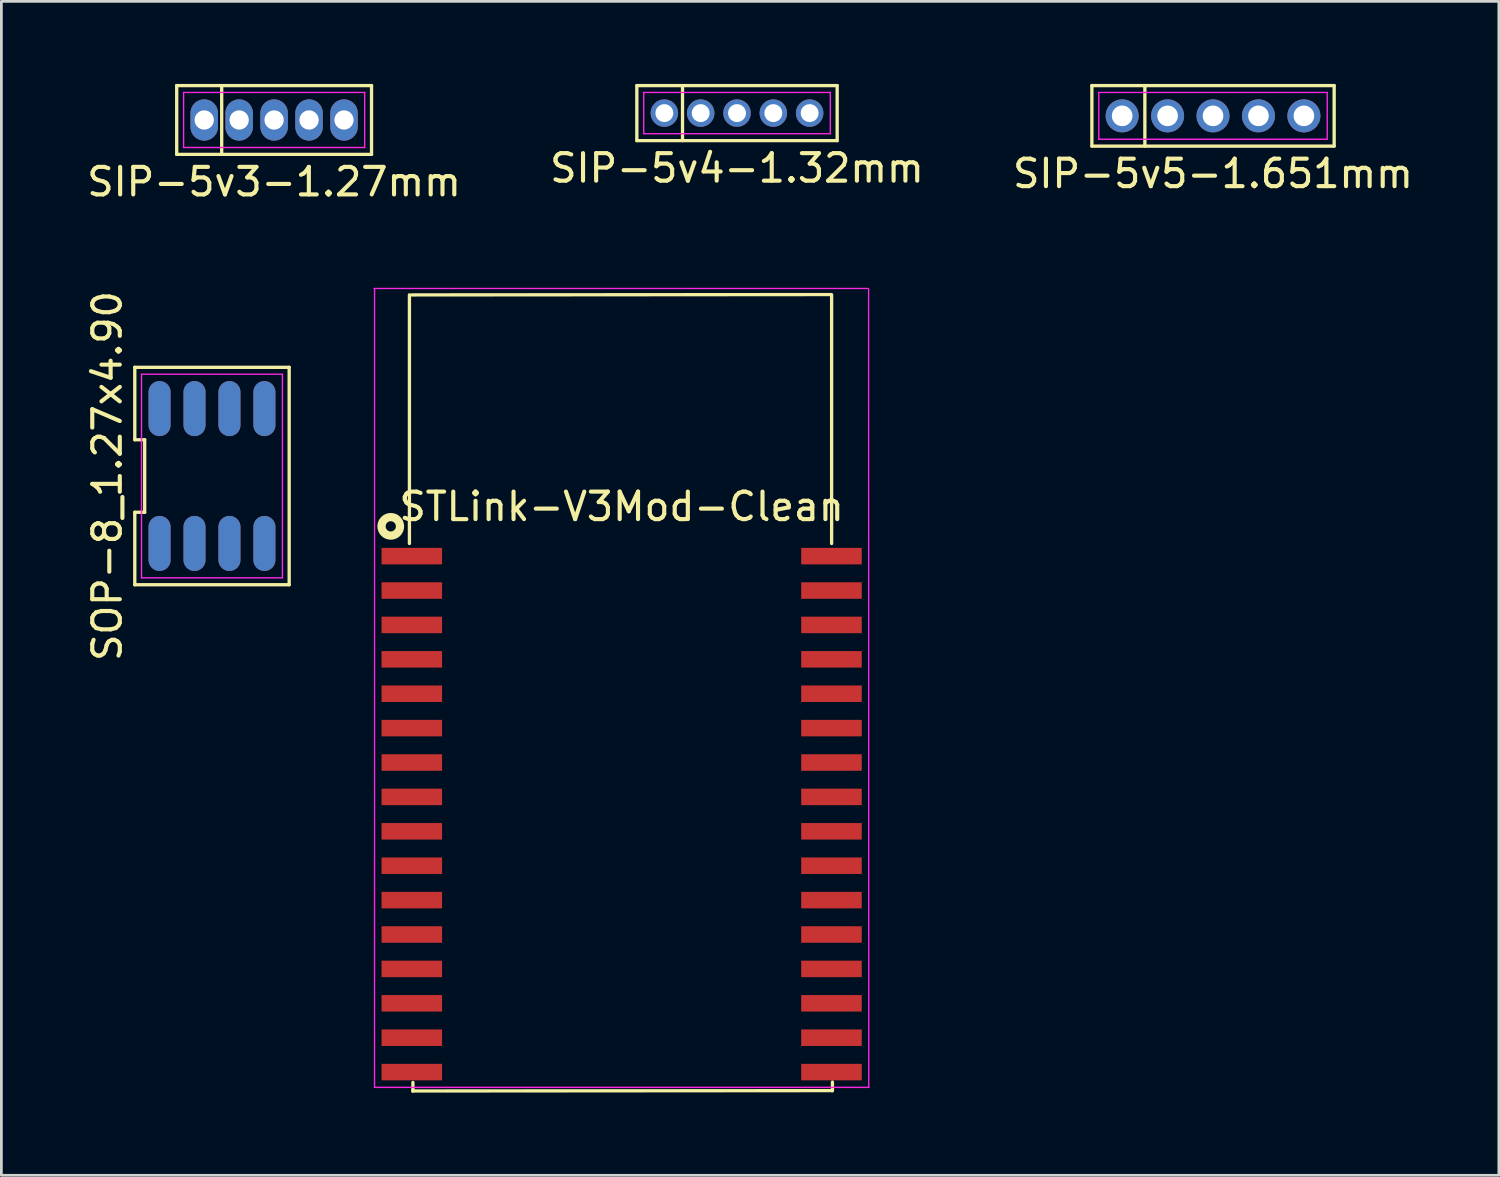
<source format=kicad_pcb>
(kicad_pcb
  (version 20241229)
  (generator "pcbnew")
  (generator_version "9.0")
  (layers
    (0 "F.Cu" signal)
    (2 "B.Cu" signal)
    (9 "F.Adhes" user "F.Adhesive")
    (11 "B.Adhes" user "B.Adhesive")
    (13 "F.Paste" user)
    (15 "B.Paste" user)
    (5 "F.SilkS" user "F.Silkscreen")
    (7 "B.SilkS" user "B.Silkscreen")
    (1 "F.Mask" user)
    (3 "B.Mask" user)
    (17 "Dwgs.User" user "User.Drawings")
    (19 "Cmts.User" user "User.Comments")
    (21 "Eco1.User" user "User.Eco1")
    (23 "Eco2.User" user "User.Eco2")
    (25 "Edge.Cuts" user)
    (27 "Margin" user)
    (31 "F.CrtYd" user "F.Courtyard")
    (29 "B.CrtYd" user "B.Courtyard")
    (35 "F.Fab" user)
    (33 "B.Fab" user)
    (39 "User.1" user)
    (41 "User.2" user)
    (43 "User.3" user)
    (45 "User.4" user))
  (footprint "STLink-V3Mod-Clean"
    (layer "F.Cu")
    (at 11.813 17.184)
    (property "Reference" "STLink-V3Mod-Clean" (at 7.727 -1.825 0) (layer "F.SilkS") (effects (font (size 1 1) (thickness 0.15))))
    (attr smd)
    (fp_line (start 0.015 -9.52) (end 0.015 -0.483) (stroke (width 0.12) (type solid)) (layer "F.SilkS"))
    (fp_line (start 0.104 -9.517) (end 15.339 -9.53) (stroke (width 0.12) (type solid)) (layer "F.SilkS"))
    (fp_line (start 0.135 19.411) (end 15.37 19.398) (stroke (width 0.12) (type solid)) (layer "F.SilkS"))
    (fp_line (start 0.142 19.101) (end 0.142 19.416) (stroke (width 0.12) (type solid)) (layer "F.SilkS"))
    (fp_line (start 15.357 -9.52) (end 15.357 -0.483) (stroke (width 0.12) (type solid)) (layer "F.SilkS"))
    (fp_line (start 15.387 19.088) (end 15.387 19.403) (stroke (width 0.12) (type solid)) (layer "F.SilkS"))
    (fp_circle (center -0.663 -1.107) (end -0.663 -0.771) (stroke (width 0.3) (type solid)) (fill no) (layer "F.SilkS"))
    (fp_line (start -1.27 -9.751) (end 16.69 -9.751) (stroke (width 0.05) (type solid)) (layer "F.CrtYd"))
    (fp_line (start -1.253 19.28) (end -1.252 -9.743) (stroke (width 0.05) (type solid)) (layer "F.CrtYd"))
    (fp_line (start 16.701 -9.716) (end 16.707 19.28) (stroke (width 0.05) (type solid)) (layer "F.CrtYd"))
    (fp_line (start 16.707 19.28) (end -1.253 19.28) (stroke (width 0.05) (type solid)) (layer "F.CrtYd"))
    (pad "1" smd rect (at 0.102 -0.025 270) (size 0.6 2.2) (layers "F.Cu" "F.Mask" "F.Paste"))
    (pad "2" smd rect (at 0.102 1.225 270) (size 0.6 2.2) (layers "F.Cu" "F.Mask" "F.Paste"))
    (pad "3" smd rect (at 0.102 2.475 270) (size 0.6 2.2) (layers "F.Cu" "F.Mask" "F.Paste"))
    (pad "4" smd rect (at 0.102 3.725 270) (size 0.6 2.2) (layers "F.Cu" "F.Mask" "F.Paste"))
    (pad "5" smd rect (at 0.102 4.975 270) (size 0.6 2.2) (layers "F.Cu" "F.Mask" "F.Paste"))
    (pad "6" smd rect (at 0.102 6.225 270) (size 0.6 2.2) (layers "F.Cu" "F.Mask" "F.Paste"))
    (pad "7" smd rect (at 0.102 7.475 270) (size 0.6 2.2) (layers "F.Cu" "F.Mask" "F.Paste"))
    (pad "8" smd rect (at 0.102 8.725 270) (size 0.6 2.2) (layers "F.Cu" "F.Mask" "F.Paste"))
    (pad "9" smd rect (at 0.102 9.975 270) (size 0.6 2.2) (layers "F.Cu" "F.Mask" "F.Paste"))
    (pad "10" smd rect (at 0.102 11.225 270) (size 0.6 2.2) (layers "F.Cu" "F.Mask" "F.Paste"))
    (pad "11" smd rect (at 0.102 12.475 270) (size 0.6 2.2) (layers "F.Cu" "F.Mask" "F.Paste"))
    (pad "12" smd rect (at 0.102 13.725 270) (size 0.6 2.2) (layers "F.Cu" "F.Mask" "F.Paste"))
    (pad "13" smd rect (at 0.102 14.975 270) (size 0.6 2.2) (layers "F.Cu" "F.Mask" "F.Paste"))
    (pad "14" smd rect (at 0.102 16.225 270) (size 0.6 2.2) (layers "F.Cu" "F.Mask" "F.Paste"))
    (pad "15" smd rect (at 0.102 17.475 270) (size 0.6 2.2) (layers "F.Cu" "F.Mask" "F.Paste"))
    (pad "16" smd rect (at 0.102 18.725 270) (size 0.6 2.2) (layers "F.Cu" "F.Mask" "F.Paste"))
    (pad "17" smd rect (at 15.352 18.725 270) (size 0.6 2.2) (layers "F.Cu" "F.Mask" "F.Paste"))
    (pad "18" smd rect (at 15.352 17.475 270) (size 0.6 2.2) (layers "F.Cu" "F.Mask" "F.Paste"))
    (pad "19" smd rect (at 15.352 16.225 270) (size 0.6 2.2) (layers "F.Cu" "F.Mask" "F.Paste"))
    (pad "20" smd rect (at 15.352 14.975 270) (size 0.6 2.2) (layers "F.Cu" "F.Mask" "F.Paste"))
    (pad "21" smd rect (at 15.352 13.725 270) (size 0.6 2.2) (layers "F.Cu" "F.Mask" "F.Paste"))
    (pad "22" smd rect (at 15.352 12.475 270) (size 0.6 2.2) (layers "F.Cu" "F.Mask" "F.Paste"))
    (pad "23" smd rect (at 15.352 11.225 270) (size 0.6 2.2) (layers "F.Cu" "F.Mask" "F.Paste"))
    (pad "24" smd rect (at 15.352 9.975 270) (size 0.6 2.2) (layers "F.Cu" "F.Mask" "F.Paste"))
    (pad "25" smd rect (at 15.352 8.725 270) (size 0.6 2.2) (layers "F.Cu" "F.Mask" "F.Paste"))
    (pad "26" smd rect (at 15.352 7.475 270) (size 0.6 2.2) (layers "F.Cu" "F.Mask" "F.Paste"))
    (pad "27" smd rect (at 15.352 6.225 270) (size 0.6 2.2) (layers "F.Cu" "F.Mask" "F.Paste"))
    (pad "28" smd rect (at 15.352 4.975 270) (size 0.6 2.2) (layers "F.Cu" "F.Mask" "F.Paste"))
    (pad "29" smd rect (at 15.352 3.725 270) (size 0.6 2.2) (layers "F.Cu" "F.Mask" "F.Paste"))
    (pad "30" smd rect (at 15.352 2.475 270) (size 0.6 2.2) (layers "F.Cu" "F.Mask" "F.Paste"))
    (pad "31" smd rect (at 15.352 1.225 270) (size 0.6 2.2) (layers "F.Cu" "F.Mask" "F.Paste"))
    (pad "32" smd rect (at 15.352 -0.025 270) (size 0.6 2.2) (layers "F.Cu" "F.Mask" "F.Paste")))
  (footprint "SOP-8_1.27x4.90"
    (layer "F.Cu")
    (at 4.653 14.248)
    (property "Reference" "SOP-8_1.27x4.90" (at -3.805 0 90) (layer "F.SilkS") (effects (font (size 1 1) (thickness 0.15))))
    (attr through_hole)
    (fp_line (start -2.805 -1.317) (end -2.445 -1.317) (stroke (width 0.12) (type solid)) (layer "F.SilkS"))
    (fp_line (start -2.805 1.317) (end -2.805 3.95) (stroke (width 0.12) (type solid)) (layer "F.SilkS"))
    (fp_line (start -2.805 3.95) (end 2.805 3.95) (stroke (width 0.12) (type solid)) (layer "F.SilkS"))
    (fp_line (start -2.805 -3.95) (end -2.805 -1.317) (stroke (width 0.12) (type solid)) (layer "F.SilkS"))
    (fp_line (start -2.445 -1.317) (end -2.445 1.317) (stroke (width 0.12) (type solid)) (layer "F.SilkS"))
    (fp_line (start -2.445 1.317) (end -2.805 1.317) (stroke (width 0.12) (type solid)) (layer "F.SilkS"))
    (fp_line (start 2.805 3.95) (end 2.805 -3.95) (stroke (width 0.12) (type solid)) (layer "F.SilkS"))
    (fp_line (start 2.805 -3.95) (end -2.805 -3.95) (stroke (width 0.12) (type solid)) (layer "F.SilkS"))
    (fp_line (start -2.56 -3.7) (end 2.56 -3.7) (stroke (width 0.05) (type solid)) (layer "F.CrtYd"))
    (fp_line (start -2.56 3.7) (end -2.56 -3.7) (stroke (width 0.05) (type solid)) (layer "F.CrtYd"))
    (fp_line (start 2.56 -3.7) (end 2.56 3.7) (stroke (width 0.05) (type solid)) (layer "F.CrtYd"))
    (fp_line (start 2.56 3.7) (end -2.56 3.7) (stroke (width 0.05) (type solid)) (layer "F.CrtYd"))
    (pad "1" thru_hole oval (at -1.905 2.45) (size 0.8 2) (drill 0.000001) (layers "*.Cu" "*.Mask"))
    (pad "2" thru_hole oval (at -0.635 2.45) (size 0.8 2) (drill 0.000001) (layers "*.Cu" "*.Mask"))
    (pad "3" thru_hole oval (at 0.635 2.45) (size 0.8 2) (drill 0.000001) (layers "*.Cu" "*.Mask"))
    (pad "4" thru_hole oval (at 1.905 2.45) (size 0.8 2) (drill 0.000001) (layers "*.Cu" "*.Mask"))
    (pad "5" thru_hole oval (at 1.905 -2.45) (size 0.8 2) (drill 0.000001) (layers "*.Cu" "*.Mask"))
    (pad "6" thru_hole oval (at 0.635 -2.45) (size 0.8 2) (drill 0.000001) (layers "*.Cu" "*.Mask"))
    (pad "7" thru_hole oval (at -0.635 -2.45) (size 0.8 2) (drill 0.000001) (layers "*.Cu" "*.Mask"))
    (pad "8" thru_hole oval (at -1.905 -2.45) (size 0.8 2) (drill 0.000001) (layers "*.Cu" "*.Mask")))
  (footprint "SIP-5v3-1.27mm"
    (layer "F.Cu")
    (at 6.911 1.31)
    (property "Reference" "SIP-5v3-1.27mm" (at 0 2.25 0) (layer "F.SilkS") (effects (font (size 1 1) (thickness 0.15))))
    (attr through_hole)
    (fp_line (start -3.54 -1.25) (end 3.54 -1.25) (stroke (width 0.12) (type solid)) (layer "F.SilkS"))
    (fp_line (start -3.54 1.25) (end -3.54 -1.25) (stroke (width 0.12) (type solid)) (layer "F.SilkS"))
    (fp_line (start -1.905 -1.25) (end -1.905 1.25) (stroke (width 0.12) (type solid)) (layer "F.SilkS"))
    (fp_line (start 3.54 -1.25) (end 3.54 1.25) (stroke (width 0.12) (type solid)) (layer "F.SilkS"))
    (fp_line (start 3.54 1.25) (end -3.54 1.25) (stroke (width 0.12) (type solid)) (layer "F.SilkS"))
    (fp_line (start -3.29 -1) (end 3.29 -1) (stroke (width 0.05) (type solid)) (layer "F.CrtYd"))
    (fp_line (start -3.29 1) (end -3.29 -1) (stroke (width 0.05) (type solid)) (layer "F.CrtYd"))
    (fp_line (start 3.29 -1) (end 3.29 1) (stroke (width 0.05) (type solid)) (layer "F.CrtYd"))
    (fp_line (start 3.29 1) (end -3.29 1) (stroke (width 0.05) (type solid)) (layer "F.CrtYd"))
    (pad "1" thru_hole oval (at -2.54 0) (size 1 1.5) (drill 0.7) (layers "*.Cu" "*.Mask"))
    (pad "2" thru_hole oval (at -1.27 0) (size 1 1.5) (drill 0.7) (layers "*.Cu" "*.Mask"))
    (pad "3" thru_hole oval (at 0 0) (size 1 1.5) (drill 0.7) (layers "*.Cu" "*.Mask"))
    (pad "4" thru_hole oval (at 1.27 0) (size 1 1.5) (drill 0.7) (layers "*.Cu" "*.Mask"))
    (pad "5" thru_hole oval (at 2.54 0) (size 1 1.5) (drill 0.7) (layers "*.Cu" "*.Mask")))
  (footprint "SIP-5v5-1.651mm"
    (layer "F.Cu")
    (at 41.03 1.16)
    (property "Reference" "SIP-5v5-1.651mm" (at 0 2.1 0) (layer "F.SilkS") (effects (font (size 1 1) (thickness 0.15))))
    (attr through_hole)
    (fp_line (start -4.402 -1.1) (end 4.402 -1.1) (stroke (width 0.12) (type solid)) (layer "F.SilkS"))
    (fp_line (start -4.402 1.1) (end -4.402 -1.1) (stroke (width 0.12) (type solid)) (layer "F.SilkS"))
    (fp_line (start -2.477 -1.1) (end -2.477 1.1) (stroke (width 0.12) (type solid)) (layer "F.SilkS"))
    (fp_line (start 4.402 -1.1) (end 4.402 1.1) (stroke (width 0.12) (type solid)) (layer "F.SilkS"))
    (fp_line (start 4.402 1.1) (end -4.402 1.1) (stroke (width 0.12) (type solid)) (layer "F.SilkS"))
    (fp_line (start -4.15 -0.85) (end 4.15 -0.85) (stroke (width 0.05) (type solid)) (layer "F.CrtYd"))
    (fp_line (start -4.15 0.85) (end -4.15 -0.85) (stroke (width 0.05) (type solid)) (layer "F.CrtYd"))
    (fp_line (start 4.15 -0.85) (end 4.15 0.85) (stroke (width 0.05) (type solid)) (layer "F.CrtYd"))
    (fp_line (start 4.15 0.85) (end -4.15 0.85) (stroke (width 0.05) (type solid)) (layer "F.CrtYd"))
    (pad "1" thru_hole circle (at -3.302 0) (size 1.2 1.2) (drill 0.75) (layers "*.Cu" "*.Mask"))
    (pad "2" thru_hole circle (at -1.651 0) (size 1.2 1.2) (drill 0.75) (layers "*.Cu" "*.Mask"))
    (pad "3" thru_hole circle (at 0 0) (size 1.2 1.2) (drill 0.75) (layers "*.Cu" "*.Mask"))
    (pad "4" thru_hole circle (at 1.651 0) (size 1.2 1.2) (drill 0.75) (layers "*.Cu" "*.Mask"))
    (pad "5" thru_hole circle (at 3.302 0) (size 1.2 1.2) (drill 0.75) (layers "*.Cu" "*.Mask")))
  (footprint "SIP-5v4-1.32mm"
    (layer "F.Cu")
    (at 23.732 1.06)
    (property "Reference" "SIP-5v4-1.32mm" (at 0 2 0) (layer "F.SilkS") (effects (font (size 1 1) (thickness 0.15))))
    (attr through_hole)
    (fp_line (start -3.64 -1) (end 3.64 -1) (stroke (width 0.12) (type solid)) (layer "F.SilkS"))
    (fp_line (start -3.64 1) (end -3.64 -1) (stroke (width 0.12) (type solid)) (layer "F.SilkS"))
    (fp_line (start -1.98 -1) (end -1.98 1) (stroke (width 0.12) (type solid)) (layer "F.SilkS"))
    (fp_line (start 3.64 -1) (end 3.64 1) (stroke (width 0.12) (type solid)) (layer "F.SilkS"))
    (fp_line (start 3.64 1) (end -3.64 1) (stroke (width 0.12) (type solid)) (layer "F.SilkS"))
    (fp_line (start -3.39 -0.75) (end 3.39 -0.75) (stroke (width 0.05) (type solid)) (layer "F.CrtYd"))
    (fp_line (start -3.39 0.75) (end -3.39 -0.75) (stroke (width 0.05) (type solid)) (layer "F.CrtYd"))
    (fp_line (start 3.39 -0.75) (end 3.39 0.75) (stroke (width 0.05) (type solid)) (layer "F.CrtYd"))
    (fp_line (start 3.39 0.75) (end -3.39 0.75) (stroke (width 0.05) (type solid)) (layer "F.CrtYd"))
    (pad "1" thru_hole circle (at -2.64 0) (size 1 1) (drill 0.65) (layers "*.Cu" "*.Mask"))
    (pad "2" thru_hole circle (at -1.32 0) (size 1 1) (drill 0.65) (layers "*.Cu" "*.Mask"))
    (pad "3" thru_hole circle (at 0 0) (size 1 1) (drill 0.65) (layers "*.Cu" "*.Mask"))
    (pad "4" thru_hole circle (at 1.32 0) (size 1 1) (drill 0.65) (layers "*.Cu" "*.Mask"))
    (pad "5" thru_hole circle (at 2.64 0) (size 1 1) (drill 0.65) (layers "*.Cu" "*.Mask")))
  (gr_rect
    (start -3 -3)
    (end 51.417 39.66)
    (stroke (width 0.1) (type default))
    (fill no)
    (layer "Edge.Cuts")))
</source>
